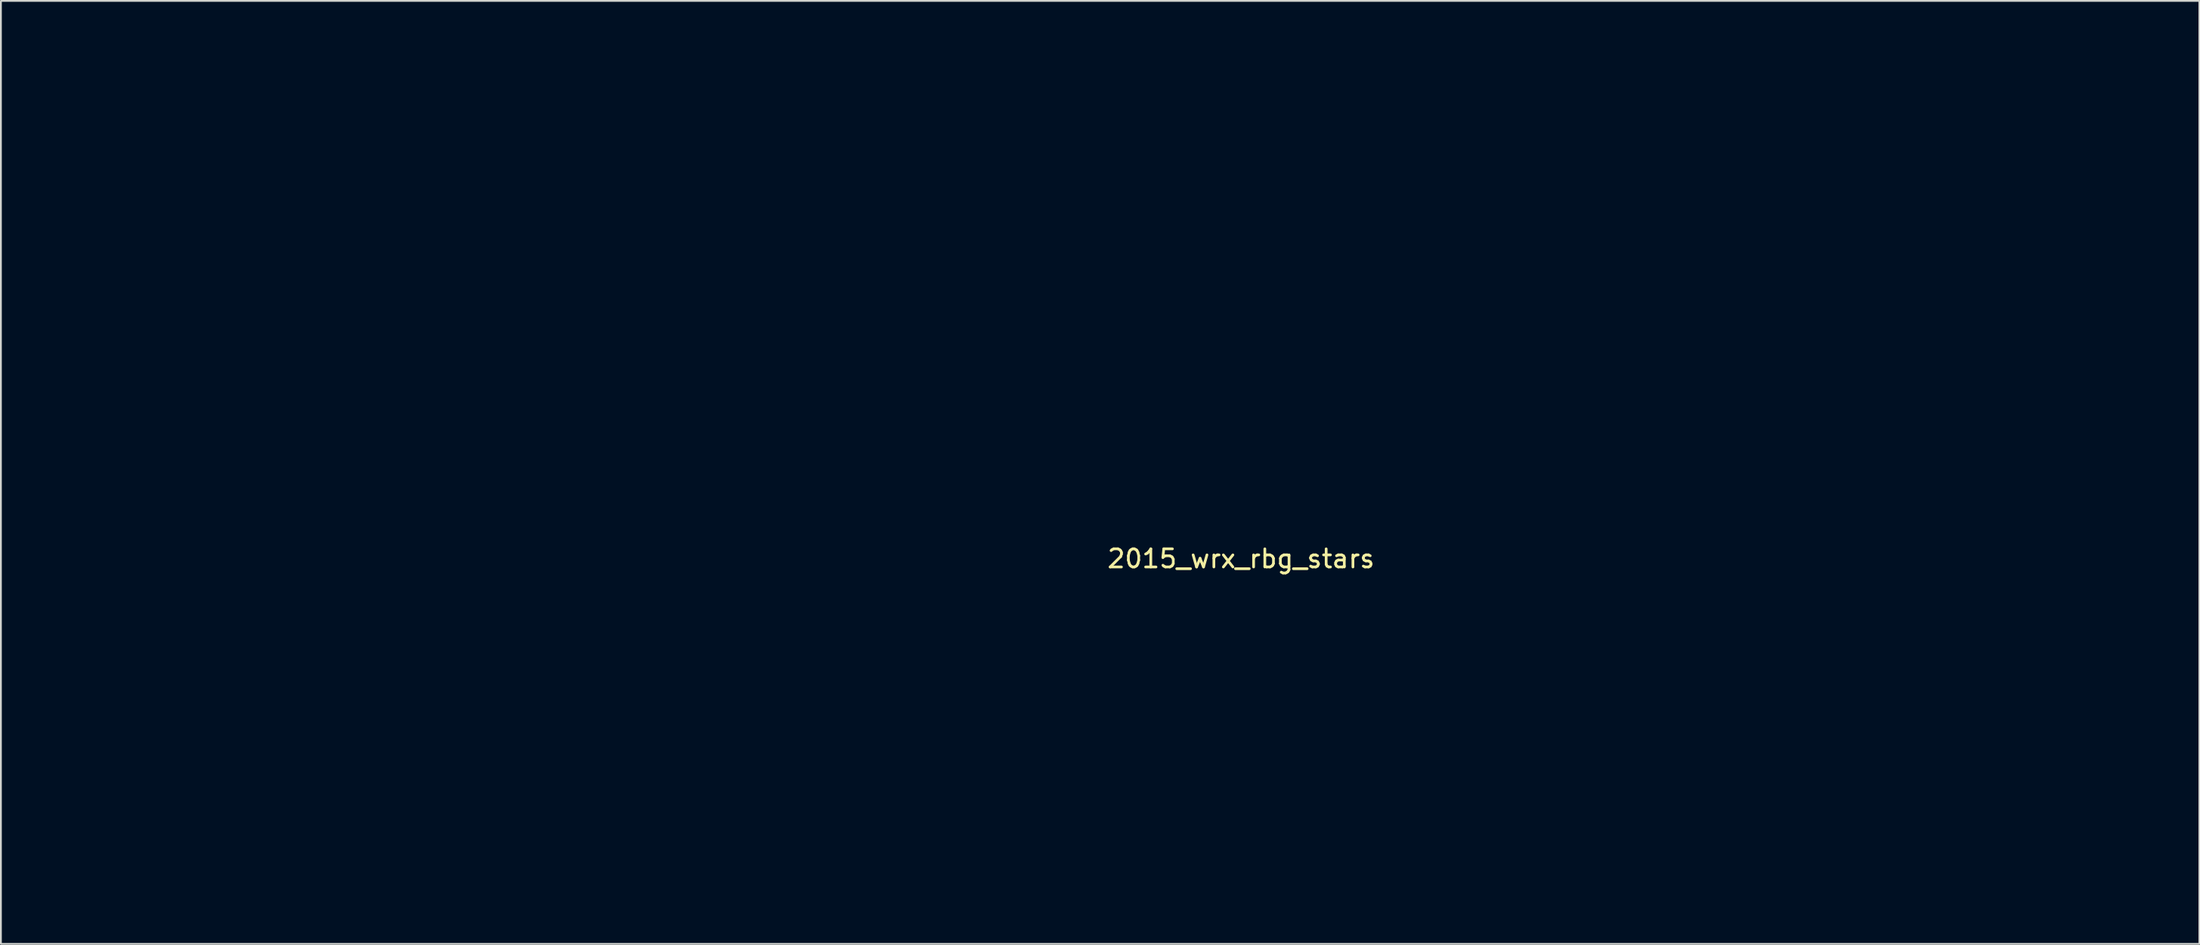
<source format=kicad_pcb>
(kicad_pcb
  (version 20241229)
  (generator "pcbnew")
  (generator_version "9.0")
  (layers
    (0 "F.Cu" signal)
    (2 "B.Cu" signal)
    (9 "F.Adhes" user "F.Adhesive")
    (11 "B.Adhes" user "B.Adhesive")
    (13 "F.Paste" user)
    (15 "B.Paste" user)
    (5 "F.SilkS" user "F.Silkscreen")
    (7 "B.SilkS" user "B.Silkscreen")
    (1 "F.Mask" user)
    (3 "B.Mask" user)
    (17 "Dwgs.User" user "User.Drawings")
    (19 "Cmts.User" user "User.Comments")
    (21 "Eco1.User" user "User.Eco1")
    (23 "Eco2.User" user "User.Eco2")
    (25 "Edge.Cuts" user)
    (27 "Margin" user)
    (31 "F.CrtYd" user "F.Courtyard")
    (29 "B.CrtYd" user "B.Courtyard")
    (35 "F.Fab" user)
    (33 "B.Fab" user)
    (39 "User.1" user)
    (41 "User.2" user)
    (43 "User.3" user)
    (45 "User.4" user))
  (footprint "2015_wrx_rbg_stars"
    (layer "F.Cu")
    (at 65.37 27.267)
    (property "Reference" "2015_wrx_rbg_stars" (at 0 0.5 0) (layer "F.SilkS") (effects (font (size 1 1) (thickness 0.15))))
    (attr through_hole)
    (fp_line (start -65.32 -11.107) (end -33.82 -14.107) (stroke (width 0.1) (type solid)) (layer "Eco2.User"))
    (fp_line (start -65.32 -10.107) (end -65.32 -11.107) (stroke (width 0.1) (type solid)) (layer "Eco2.User"))
    (fp_line (start -36.32 -7.607) (end -65.32 -10.107) (stroke (width 0.1) (type solid)) (layer "Eco2.User"))
    (fp_line (start -33.82 -14.107) (end -29.666 -17.813) (stroke (width 0.1) (type solid)) (layer "Eco2.User"))
    (fp_line (start -29.788 -3.229) (end -36.32 -7.607) (stroke (width 0.1) (type solid)) (layer "Eco2.User"))
    (fp_line (start -29.666 -17.813) (end -26.797 -27.217) (stroke (width 0.1) (type solid)) (layer "Eco2.User"))
    (fp_line (start -26.797 -27.217) (end -25.6 -27.217) (stroke (width 0.1) (type solid)) (layer "Eco2.User"))
    (fp_line (start -26.707 6.829) (end -29.788 -3.229) (stroke (width 0.1) (type solid)) (layer "Eco2.User"))
    (fp_line (start -25.6 -27.217) (end -22.32 -17.607) (stroke (width 0.1) (type solid)) (layer "Eco2.User"))
    (fp_line (start -25.331 6.829) (end -26.707 6.829) (stroke (width 0.1) (type solid)) (layer "Eco2.User"))
    (fp_line (start -22.32 -17.607) (end -15.82 -13.361) (stroke (width 0.1) (type solid)) (layer "Eco2.User"))
    (fp_line (start -22.32 -3.107) (end -25.331 6.829) (stroke (width 0.1) (type solid)) (layer "Eco2.User"))
    (fp_line (start -20.52 9.893) (end -20.52 10.493) (stroke (width 0.1) (type solid)) (layer "Eco2.User"))
    (fp_line (start -20.52 10.493) (end -10.52 12.293) (stroke (width 0.1) (type solid)) (layer "Eco2.User"))
    (fp_line (start -15.82 -13.361) (end 11.887 -11.015) (stroke (width 0.1) (type solid)) (layer "Eco2.User"))
    (fp_line (start -15.82 -7.607) (end -22.32 -3.107) (stroke (width 0.1) (type solid)) (layer "Eco2.User"))
    (fp_line (start -10.52 8.493) (end -20.52 9.893) (stroke (width 0.1) (type solid)) (layer "Eco2.User"))
    (fp_line (start -10.52 12.293) (end -8.22 14.193) (stroke (width 0.1) (type solid)) (layer "Eco2.User"))
    (fp_line (start -8.32 6.669) (end -10.52 8.493) (stroke (width 0.1) (type solid)) (layer "Eco2.User"))
    (fp_line (start -8.22 14.193) (end -6.92 18.693) (stroke (width 0.1) (type solid)) (layer "Eco2.User"))
    (fp_line (start -6.92 18.693) (end -6.12 18.693) (stroke (width 0.1) (type solid)) (layer "Eco2.User"))
    (fp_line (start -6.72 1.993) (end -8.32 6.669) (stroke (width 0.1) (type solid)) (layer "Eco2.User"))
    (fp_line (start -6.12 18.693) (end -4.72 14.193) (stroke (width 0.1) (type solid)) (layer "Eco2.User"))
    (fp_line (start -5.92 1.993) (end -6.72 1.993) (stroke (width 0.1) (type solid)) (layer "Eco2.User"))
    (fp_line (start -4.72 14.193) (end -2.52 12.093) (stroke (width 0.1) (type solid)) (layer "Eco2.User"))
    (fp_line (start -4.614 6.669) (end -5.92 1.993) (stroke (width 0.1) (type solid)) (layer "Eco2.User"))
    (fp_line (start -2.52 8.493) (end -4.614 6.669) (stroke (width 0.1) (type solid)) (layer "Eco2.User"))
    (fp_line (start -2.52 12.093) (end 10.48 10.593) (stroke (width 0.1) (type solid)) (layer "Eco2.User"))
    (fp_line (start -0.622 -0.446) (end 7.68 -1.607) (stroke (width 0.1) (type solid)) (layer "Eco2.User"))
    (fp_line (start -0.622 0.082) (end -0.622 -0.446) (stroke (width 0.1) (type solid)) (layer "Eco2.User"))
    (fp_line (start 7.68 -1.607) (end 9.139 -2.739) (stroke (width 0.1) (type solid)) (layer "Eco2.User"))
    (fp_line (start 7.78 1.293) (end -0.622 0.082) (stroke (width 0.1) (type solid)) (layer "Eco2.User"))
    (fp_line (start 9.139 -2.739) (end 10.48 -7.007) (stroke (width 0.1) (type solid)) (layer "Eco2.User"))
    (fp_line (start 9.38 2.593) (end 7.78 1.293) (stroke (width 0.1) (type solid)) (layer "Eco2.User"))
    (fp_line (start 10.48 -7.007) (end 11.08 -7.007) (stroke (width 0.1) (type solid)) (layer "Eco2.User"))
    (fp_line (start 10.48 6.093) (end 9.38 2.593) (stroke (width 0.1) (type solid)) (layer "Eco2.User"))
    (fp_line (start 10.48 10.093) (end -2.52 8.493) (stroke (width 0.1) (type solid)) (layer "Eco2.User"))
    (fp_line (start 10.48 10.593) (end 21.712 11.642) (stroke (width 0.1) (type solid)) (layer "Eco2.User"))
    (fp_line (start 11.08 -7.007) (end 12.38 -2.739) (stroke (width 0.1) (type solid)) (layer "Eco2.User"))
    (fp_line (start 11.18 6.093) (end 10.48 6.093) (stroke (width 0.1) (type solid)) (layer "Eco2.User"))
    (fp_line (start 11.887 -11.015) (end 17.18 -11.015) (stroke (width 0.1) (type solid)) (layer "Eco2.User"))
    (fp_line (start 11.887 -10.015) (end -15.82 -7.607) (stroke (width 0.1) (type solid)) (layer "Eco2.User"))
    (fp_line (start 12.28 2.593) (end 11.18 6.093) (stroke (width 0.1) (type solid)) (layer "Eco2.User"))
    (fp_line (start 12.38 -2.739) (end 14.067 -1.507) (stroke (width 0.1) (type solid)) (layer "Eco2.User"))
    (fp_line (start 14.067 -1.507) (end 21.387 -0.766) (stroke (width 0.1) (type solid)) (layer "Eco2.User"))
    (fp_line (start 14.067 1.183) (end 12.28 2.593) (stroke (width 0.1) (type solid)) (layer "Eco2.User"))
    (fp_line (start 17.18 -11.015) (end 26.24 -11.607) (stroke (width 0.1) (type solid)) (layer "Eco2.User"))
    (fp_line (start 17.18 -10.015) (end 11.887 -10.015) (stroke (width 0.1) (type solid)) (layer "Eco2.User"))
    (fp_line (start 21.387 -0.766) (end 23.504 -0.65) (stroke (width 0.1) (type solid)) (layer "Eco2.User"))
    (fp_line (start 21.387 0.494) (end 14.067 1.183) (stroke (width 0.1) (type solid)) (layer "Eco2.User"))
    (fp_line (start 21.712 9.047) (end 10.48 10.093) (stroke (width 0.1) (type solid)) (layer "Eco2.User"))
    (fp_line (start 21.712 11.642) (end 23.413 12.464) (stroke (width 0.1) (type solid)) (layer "Eco2.User"))
    (fp_line (start 23.277 8.253) (end 21.712 9.047) (stroke (width 0.1) (type solid)) (layer "Eco2.User"))
    (fp_line (start 23.413 12.464) (end 24.552 16.14) (stroke (width 0.1) (type solid)) (layer "Eco2.User"))
    (fp_line (start 23.48 0.393) (end 21.387 0.494) (stroke (width 0.1) (type solid)) (layer "Eco2.User"))
    (fp_line (start 23.504 -0.65) (end 25.661 -0.65) (stroke (width 0.1) (type solid)) (layer "Eco2.User"))
    (fp_line (start 24.393 4.679) (end 23.277 8.253) (stroke (width 0.1) (type solid)) (layer "Eco2.User"))
    (fp_line (start 24.537 4.679) (end 24.393 4.679) (stroke (width 0.1) (type solid)) (layer "Eco2.User"))
    (fp_line (start 24.552 16.14) (end 25.376 16.108) (stroke (width 0.1) (type solid)) (layer "Eco2.User"))
    (fp_line (start 25.056 4.679) (end 24.537 4.679) (stroke (width 0.1) (type solid)) (layer "Eco2.User"))
    (fp_line (start 25.376 16.108) (end 26.38 12.893) (stroke (width 0.1) (type solid)) (layer "Eco2.User"))
    (fp_line (start 25.635 0.444) (end 23.48 0.393) (stroke (width 0.1) (type solid)) (layer "Eco2.User"))
    (fp_line (start 25.661 -0.65) (end 33.48 -1.245) (stroke (width 0.1) (type solid)) (layer "Eco2.User"))
    (fp_line (start 26.24 -11.607) (end 28.48 -13.207) (stroke (width 0.1) (type solid)) (layer "Eco2.User"))
    (fp_line (start 26.24 -9.382) (end 17.18 -10.015) (stroke (width 0.1) (type solid)) (layer "Eco2.User"))
    (fp_line (start 26.303 8.253) (end 25.056 4.679) (stroke (width 0.1) (type solid)) (layer "Eco2.User"))
    (fp_line (start 26.38 12.893) (end 27.88 11.893) (stroke (width 0.1) (type solid)) (layer "Eco2.User"))
    (fp_line (start 27.507 9.234) (end 26.303 8.253) (stroke (width 0.1) (type solid)) (layer "Eco2.User"))
    (fp_line (start 27.88 11.893) (end 38.94 11.209) (stroke (width 0.1) (type solid)) (layer "Eco2.User"))
    (fp_line (start 28.425 -7.667) (end 26.24 -9.382) (stroke (width 0.1) (type solid)) (layer "Eco2.User"))
    (fp_line (start 28.48 -13.207) (end 29.58 -16.407) (stroke (width 0.1) (type solid)) (layer "Eco2.User"))
    (fp_line (start 29.34 -4.803) (end 28.425 -7.667) (stroke (width 0.1) (type solid)) (layer "Eco2.User"))
    (fp_line (start 29.58 -16.407) (end 30.08 -16.407) (stroke (width 0.1) (type solid)) (layer "Eco2.User"))
    (fp_line (start 30.041 -4.803) (end 29.34 -4.803) (stroke (width 0.1) (type solid)) (layer "Eco2.User"))
    (fp_line (start 30.08 -16.407) (end 31.28 -13.207) (stroke (width 0.1) (type solid)) (layer "Eco2.User"))
    (fp_line (start 31.078 -7.667) (end 30.041 -4.803) (stroke (width 0.1) (type solid)) (layer "Eco2.User"))
    (fp_line (start 31.28 -13.207) (end 32.98 -11.807) (stroke (width 0.1) (type solid)) (layer "Eco2.User"))
    (fp_line (start 32.98 -11.807) (end 48.899 -10.847) (stroke (width 0.1) (type solid)) (layer "Eco2.User"))
    (fp_line (start 32.98 -9.207) (end 31.078 -7.667) (stroke (width 0.1) (type solid)) (layer "Eco2.User"))
    (fp_line (start 33.48 -1.245) (end 34.98 -2.407) (stroke (width 0.1) (type solid)) (layer "Eco2.User"))
    (fp_line (start 33.48 1.093) (end 25.635 0.444) (stroke (width 0.1) (type solid)) (layer "Eco2.User"))
    (fp_line (start 34.98 -2.407) (end 36.08 -5.507) (stroke (width 0.1) (type solid)) (layer "Eco2.User"))
    (fp_line (start 34.98 2.093) (end 33.48 1.093) (stroke (width 0.1) (type solid)) (layer "Eco2.User"))
    (fp_line (start 36.08 -5.507) (end 36.546 -5.507) (stroke (width 0.1) (type solid)) (layer "Eco2.User"))
    (fp_line (start 36.18 5.193) (end 34.98 2.093) (stroke (width 0.1) (type solid)) (layer "Eco2.User"))
    (fp_line (start 36.546 -5.507) (end 37.68 -2.607) (stroke (width 0.1) (type solid)) (layer "Eco2.User"))
    (fp_line (start 36.78 5.193) (end 36.18 5.193) (stroke (width 0.1) (type solid)) (layer "Eco2.User"))
    (fp_line (start 37.68 -2.607) (end 39.28 -1.507) (stroke (width 0.1) (type solid)) (layer "Eco2.User"))
    (fp_line (start 37.88 2.093) (end 36.78 5.193) (stroke (width 0.1) (type solid)) (layer "Eco2.User"))
    (fp_line (start 38.94 11.209) (end 39.69 10.042) (stroke (width 0.1) (type solid)) (layer "Eco2.User"))
    (fp_line (start 39.176 1.219) (end 37.88 2.093) (stroke (width 0.1) (type solid)) (layer "Eco2.User"))
    (fp_line (start 39.28 -1.507) (end 49.78 -0.707) (stroke (width 0.1) (type solid)) (layer "Eco2.User"))
    (fp_line (start 39.69 10.042) (end 27.507 9.234) (stroke (width 0.1) (type solid)) (layer "Eco2.User"))
    (fp_line (start 48.899 -10.847) (end 49.157 -9.924) (stroke (width 0.1) (type solid)) (layer "Eco2.User"))
    (fp_line (start 49.157 -9.924) (end 32.98 -9.207) (stroke (width 0.1) (type solid)) (layer "Eco2.User"))
    (fp_line (start 49.18 0.693) (end 39.176 1.219) (stroke (width 0.1) (type solid)) (layer "Eco2.User"))
    (fp_line (start 49.78 -0.707) (end 49.18 0.693) (stroke (width 0.1) (type solid)) (layer "Eco2.User"))
    (fp_circle (center -39.678 -10.783) (end -41.178 -10.783) (stroke (width 0.1) (type solid)) (fill no) (layer "Eco2.User"))
    (fp_circle (center -27.97 -3.457) (end -29.47 -3.457) (stroke (width 0.1) (type solid)) (fill no) (layer "Eco2.User"))
    (fp_circle (center -27.87 -17.414) (end -29.37 -17.414) (stroke (width 0.1) (type solid)) (fill no) (layer "Eco2.User"))
    (fp_circle (center -17.02 -10.607) (end -18.52 -10.607) (stroke (width 0.1) (type solid)) (fill no) (layer "Eco2.User"))
    (fp_circle (center -6.52 10.793) (end -8.02 10.793) (stroke (width 0.1) (type solid)) (fill no) (layer "Eco2.User"))
    (fp_circle (center 11.497 0.013) (end 9.997 0.013) (stroke (width 0.1) (type solid)) (fill no) (layer "Eco2.User"))
    (fp_circle (center 25.958 10.832) (end 24.458 10.832) (stroke (width 0.1) (type solid)) (fill no) (layer "Eco2.User"))
    (fp_circle (center 31.059 -10.827) (end 29.559 -10.827) (stroke (width 0.1) (type solid)) (fill no) (layer "Eco2.User"))
    (fp_circle (center 37.941 -0.355) (end 36.441 -0.355) (stroke (width 0.1) (type solid)) (fill no) (layer "Eco2.User")))
  (gr_rect
    (start -3 -3)
    (end 118.2 49.011)
    (stroke (width 0.1) (type default))
    (fill no)
    (layer "Edge.Cuts")))
</source>
